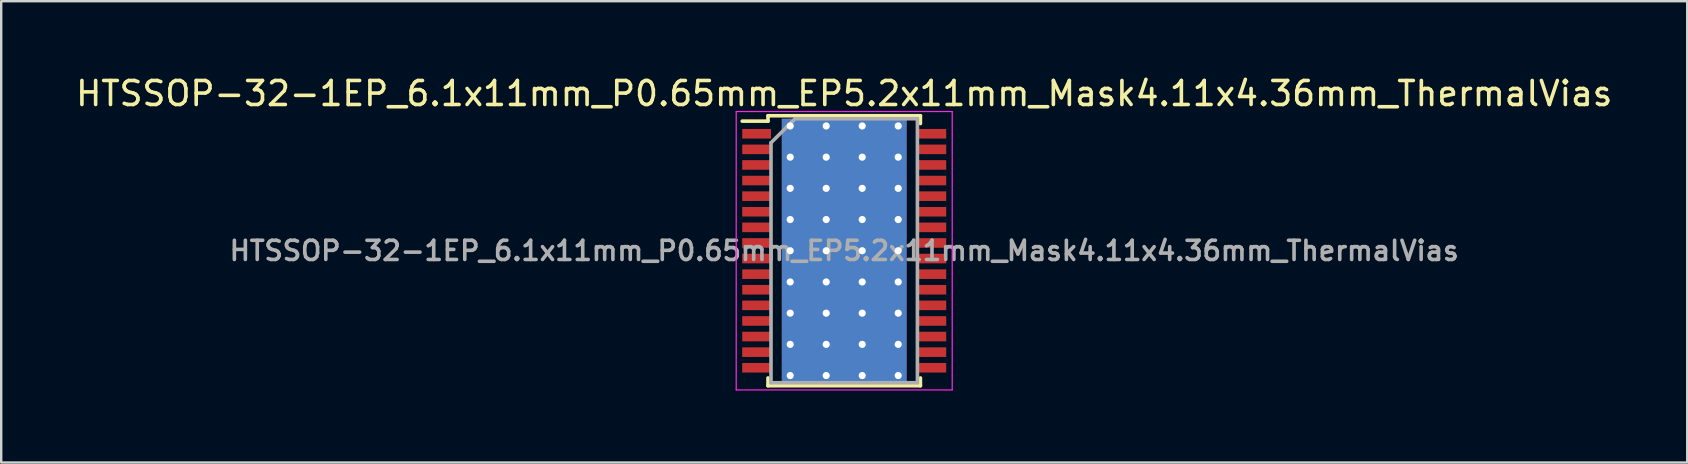
<source format=kicad_pcb>
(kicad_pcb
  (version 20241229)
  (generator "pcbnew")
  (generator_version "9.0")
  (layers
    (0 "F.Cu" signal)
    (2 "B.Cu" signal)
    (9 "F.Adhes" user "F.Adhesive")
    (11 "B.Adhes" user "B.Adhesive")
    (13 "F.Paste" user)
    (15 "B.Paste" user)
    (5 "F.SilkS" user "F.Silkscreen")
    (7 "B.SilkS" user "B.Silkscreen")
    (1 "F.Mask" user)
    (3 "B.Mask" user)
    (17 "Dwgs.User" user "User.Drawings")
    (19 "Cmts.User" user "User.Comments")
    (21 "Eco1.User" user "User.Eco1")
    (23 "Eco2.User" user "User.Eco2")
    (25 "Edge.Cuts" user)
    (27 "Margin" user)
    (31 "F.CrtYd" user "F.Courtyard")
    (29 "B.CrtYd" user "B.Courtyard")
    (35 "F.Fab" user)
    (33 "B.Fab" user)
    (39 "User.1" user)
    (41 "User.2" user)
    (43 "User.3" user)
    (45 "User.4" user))
  (footprint "HTSSOP-32-1EP_6.1x11mm_P0.65mm_EP5.2x11mm_Mask4.11x4.36mm_ThermalVias"
    (layer "F.Cu")
    (at 32.125 7.398)
    (property "Reference" "HTSSOP-32-1EP_6.1x11mm_P0.65mm_EP5.2x11mm_Mask4.11x4.36mm_ThermalVias" (at 0 -6.55 0) (layer "F.SilkS") (effects (font (size 1 1) (thickness 0.15))))
    (attr smd)
    (fp_line (start -4.25 -5.4) (end -3.175 -5.4) (stroke (width 0.15) (type solid)) (layer "F.SilkS"))
    (fp_line (start -3.175 -5.625) (end 3.175 -5.625) (stroke (width 0.15) (type solid)) (layer "F.SilkS"))
    (fp_line (start -3.175 -5.4) (end -3.175 -5.625) (stroke (width 0.15) (type solid)) (layer "F.SilkS"))
    (fp_line (start -3.175 5.3) (end -3.175 5.625) (stroke (width 0.15) (type solid)) (layer "F.SilkS"))
    (fp_line (start -3.175 5.625) (end 3.175 5.625) (stroke (width 0.15) (type solid)) (layer "F.SilkS"))
    (fp_line (start 3.175 -5.625) (end 3.175 -5.3) (stroke (width 0.15) (type solid)) (layer "F.SilkS"))
    (fp_line (start 3.175 5.625) (end 3.175 5.3) (stroke (width 0.15) (type solid)) (layer "F.SilkS"))
    (fp_line (start -4.5 -5.8) (end -4.5 5.8) (stroke (width 0.05) (type solid)) (layer "F.CrtYd"))
    (fp_line (start -4.5 5.8) (end 4.5 5.8) (stroke (width 0.05) (type solid)) (layer "F.CrtYd"))
    (fp_line (start 4.5 -5.8) (end -4.5 -5.8) (stroke (width 0.05) (type solid)) (layer "F.CrtYd"))
    (fp_line (start 4.5 5.8) (end 4.5 -5.8) (stroke (width 0.05) (type solid)) (layer "F.CrtYd"))
    (fp_line (start -3.05 -4.5) (end -2.05 -5.5) (stroke (width 0.15) (type solid)) (layer "F.Fab"))
    (fp_line (start -3.05 5.5) (end -3.05 -4.5) (stroke (width 0.15) (type solid)) (layer "F.Fab"))
    (fp_line (start -2.05 -5.5) (end 3.05 -5.5) (stroke (width 0.15) (type solid)) (layer "F.Fab"))
    (fp_line (start 3.05 -5.5) (end 3.05 5.5) (stroke (width 0.15) (type solid)) (layer "F.Fab"))
    (fp_line (start 3.05 5.5) (end -3.05 5.5) (stroke (width 0.15) (type solid)) (layer "F.Fab"))
    (fp_text user "${REFERENCE}" (at 0 0 0) (layer "F.Fab") (effects (font (size 0.8 0.8) (thickness 0.15))))
    (pad "" smd rect (at -1.365 -1.725) (size 0.93 0.55) (layers "F.Paste"))
    (pad "" smd rect (at -1.365 -0.65) (size 0.93 1) (layers "F.Paste"))
    (pad "" smd rect (at -1.365 0.65) (size 0.93 1) (layers "F.Paste"))
    (pad "" smd rect (at -1.365 1.725) (size 0.93 0.55) (layers "F.Paste"))
    (pad "" smd rect (at 0 -1.725) (size 1.2 0.55) (layers "F.Paste"))
    (pad "" smd rect (at 0 -0.65) (size 1.2 1) (layers "F.Paste"))
    (pad "" smd rect (at 0 0) (size 4.11 4.36) (layers "F.Mask"))
    (pad "" smd rect (at 0 0.65) (size 1.2 1) (layers "F.Paste"))
    (pad "" smd rect (at 0 1.725) (size 1.2 0.55) (layers "F.Paste"))
    (pad "" smd rect (at 1.365 -1.725) (size 0.93 0.55) (layers "F.Paste"))
    (pad "" smd rect (at 1.365 -0.65) (size 0.93 1) (layers "F.Paste"))
    (pad "" smd rect (at 1.365 0.65) (size 0.93 1) (layers "F.Paste"))
    (pad "" smd rect (at 1.365 1.725) (size 0.93 0.55) (layers "F.Paste"))
    (pad "1" smd rect (at -3.65 -4.875) (size 1.2 0.4) (layers "F.Cu" "F.Mask" "F.Paste"))
    (pad "2" smd rect (at -3.65 -4.225) (size 1.2 0.4) (layers "F.Cu" "F.Mask" "F.Paste"))
    (pad "3" smd rect (at -3.65 -3.575) (size 1.2 0.4) (layers "F.Cu" "F.Mask" "F.Paste"))
    (pad "4" smd rect (at -3.65 -2.925) (size 1.2 0.4) (layers "F.Cu" "F.Mask" "F.Paste"))
    (pad "5" smd rect (at -3.65 -2.275) (size 1.2 0.4) (layers "F.Cu" "F.Mask" "F.Paste"))
    (pad "6" smd rect (at -3.65 -1.625) (size 1.2 0.4) (layers "F.Cu" "F.Mask" "F.Paste"))
    (pad "7" smd rect (at -3.65 -0.975) (size 1.2 0.4) (layers "F.Cu" "F.Mask" "F.Paste"))
    (pad "8" smd rect (at -3.65 -0.325) (size 1.2 0.4) (layers "F.Cu" "F.Mask" "F.Paste"))
    (pad "9" smd rect (at -3.65 0.325) (size 1.2 0.4) (layers "F.Cu" "F.Mask" "F.Paste"))
    (pad "10" smd rect (at -3.65 0.975) (size 1.2 0.4) (layers "F.Cu" "F.Mask" "F.Paste"))
    (pad "11" smd rect (at -3.65 1.625) (size 1.2 0.4) (layers "F.Cu" "F.Mask" "F.Paste"))
    (pad "12" smd rect (at -3.65 2.275) (size 1.2 0.4) (layers "F.Cu" "F.Mask" "F.Paste"))
    (pad "13" smd rect (at -3.65 2.925) (size 1.2 0.4) (layers "F.Cu" "F.Mask" "F.Paste"))
    (pad "14" smd rect (at -3.65 3.575) (size 1.2 0.4) (layers "F.Cu" "F.Mask" "F.Paste"))
    (pad "15" smd rect (at -3.65 4.225) (size 1.2 0.4) (layers "F.Cu" "F.Mask" "F.Paste"))
    (pad "16" smd rect (at -3.65 4.875) (size 1.2 0.4) (layers "F.Cu" "F.Mask" "F.Paste"))
    (pad "17" smd rect (at 3.65 4.875) (size 1.2 0.4) (layers "F.Cu" "F.Mask" "F.Paste"))
    (pad "18" smd rect (at 3.65 4.225) (size 1.2 0.4) (layers "F.Cu" "F.Mask" "F.Paste"))
    (pad "19" smd rect (at 3.65 3.575) (size 1.2 0.4) (layers "F.Cu" "F.Mask" "F.Paste"))
    (pad "20" smd rect (at 3.65 2.925) (size 1.2 0.4) (layers "F.Cu" "F.Mask" "F.Paste"))
    (pad "21" smd rect (at 3.65 2.275) (size 1.2 0.4) (layers "F.Cu" "F.Mask" "F.Paste"))
    (pad "22" smd rect (at 3.65 1.625) (size 1.2 0.4) (layers "F.Cu" "F.Mask" "F.Paste"))
    (pad "23" smd rect (at 3.65 0.975) (size 1.2 0.4) (layers "F.Cu" "F.Mask" "F.Paste"))
    (pad "24" smd rect (at 3.65 0.325) (size 1.2 0.4) (layers "F.Cu" "F.Mask" "F.Paste"))
    (pad "25" smd rect (at 3.65 -0.325) (size 1.2 0.4) (layers "F.Cu" "F.Mask" "F.Paste"))
    (pad "26" smd rect (at 3.65 -0.975) (size 1.2 0.4) (layers "F.Cu" "F.Mask" "F.Paste"))
    (pad "27" smd rect (at 3.65 -1.625) (size 1.2 0.4) (layers "F.Cu" "F.Mask" "F.Paste"))
    (pad "28" smd rect (at 3.65 -2.275) (size 1.2 0.4) (layers "F.Cu" "F.Mask" "F.Paste"))
    (pad "29" smd rect (at 3.65 -2.925) (size 1.2 0.4) (layers "F.Cu" "F.Mask" "F.Paste"))
    (pad "30" smd rect (at 3.65 -3.575) (size 1.2 0.4) (layers "F.Cu" "F.Mask" "F.Paste"))
    (pad "31" smd rect (at 3.65 -4.225) (size 1.2 0.4) (layers "F.Cu" "F.Mask" "F.Paste"))
    (pad "32" smd rect (at 3.65 -4.875) (size 1.2 0.4) (layers "F.Cu" "F.Mask" "F.Paste"))
    (pad "33" thru_hole circle (at -2.25 -5.2) (size 0.6 0.6) (drill 0.3) (layers "*.Cu"))
    (pad "33" thru_hole circle (at -2.25 -3.9) (size 0.6 0.6) (drill 0.3) (layers "*.Cu"))
    (pad "33" thru_hole circle (at -2.25 -2.6) (size 0.6 0.6) (drill 0.3) (layers "*.Cu"))
    (pad "33" thru_hole circle (at -2.25 -1.3) (size 0.6 0.6) (drill 0.3) (layers "*.Cu"))
    (pad "33" thru_hole circle (at -2.25 0) (size 0.6 0.6) (drill 0.3) (layers "*.Cu"))
    (pad "33" thru_hole circle (at -2.25 1.3) (size 0.6 0.6) (drill 0.3) (layers "*.Cu"))
    (pad "33" thru_hole circle (at -2.25 2.6) (size 0.6 0.6) (drill 0.3) (layers "*.Cu"))
    (pad "33" thru_hole circle (at -2.25 3.9) (size 0.6 0.6) (drill 0.3) (layers "*.Cu"))
    (pad "33" thru_hole circle (at -2.25 5.2) (size 0.6 0.6) (drill 0.3) (layers "*.Cu"))
    (pad "33" thru_hole circle (at -0.75 -5.2) (size 0.6 0.6) (drill 0.3) (layers "*.Cu"))
    (pad "33" thru_hole circle (at -0.75 -3.9) (size 0.6 0.6) (drill 0.3) (layers "*.Cu"))
    (pad "33" thru_hole circle (at -0.75 -2.6) (size 0.6 0.6) (drill 0.3) (layers "*.Cu"))
    (pad "33" thru_hole circle (at -0.75 -1.3) (size 0.6 0.6) (drill 0.3) (layers "*.Cu"))
    (pad "33" thru_hole circle (at -0.75 0) (size 0.6 0.6) (drill 0.3) (layers "*.Cu"))
    (pad "33" thru_hole circle (at -0.75 1.3) (size 0.6 0.6) (drill 0.3) (layers "*.Cu"))
    (pad "33" thru_hole circle (at -0.75 2.6) (size 0.6 0.6) (drill 0.3) (layers "*.Cu"))
    (pad "33" thru_hole circle (at -0.75 3.9) (size 0.6 0.6) (drill 0.3) (layers "*.Cu"))
    (pad "33" thru_hole circle (at -0.75 5.2) (size 0.6 0.6) (drill 0.3) (layers "*.Cu"))
    (pad "33" smd rect (at 0 0) (size 5.2 11) (layers "F.Cu"))
    (pad "33" smd rect (at 0 0) (size 5.2 11) (layers "B.Cu"))
    (pad "33" thru_hole circle (at 0.75 -5.2) (size 0.6 0.6) (drill 0.3) (layers "*.Cu"))
    (pad "33" thru_hole circle (at 0.75 -3.9) (size 0.6 0.6) (drill 0.3) (layers "*.Cu"))
    (pad "33" thru_hole circle (at 0.75 -2.6) (size 0.6 0.6) (drill 0.3) (layers "*.Cu"))
    (pad "33" thru_hole circle (at 0.75 -1.3) (size 0.6 0.6) (drill 0.3) (layers "*.Cu"))
    (pad "33" thru_hole circle (at 0.75 0) (size 0.6 0.6) (drill 0.3) (layers "*.Cu"))
    (pad "33" thru_hole circle (at 0.75 1.3) (size 0.6 0.6) (drill 0.3) (layers "*.Cu"))
    (pad "33" thru_hole circle (at 0.75 2.6) (size 0.6 0.6) (drill 0.3) (layers "*.Cu"))
    (pad "33" thru_hole circle (at 0.75 3.9) (size 0.6 0.6) (drill 0.3) (layers "*.Cu"))
    (pad "33" thru_hole circle (at 0.75 5.2) (size 0.6 0.6) (drill 0.3) (layers "*.Cu"))
    (pad "33" thru_hole circle (at 2.25 -5.2) (size 0.6 0.6) (drill 0.3) (layers "*.Cu"))
    (pad "33" thru_hole circle (at 2.25 -3.9) (size 0.6 0.6) (drill 0.3) (layers "*.Cu"))
    (pad "33" thru_hole circle (at 2.25 -2.6) (size 0.6 0.6) (drill 0.3) (layers "*.Cu"))
    (pad "33" thru_hole circle (at 2.25 -1.3) (size 0.6 0.6) (drill 0.3) (layers "*.Cu"))
    (pad "33" thru_hole circle (at 2.25 0) (size 0.6 0.6) (drill 0.3) (layers "*.Cu"))
    (pad "33" thru_hole circle (at 2.25 1.3) (size 0.6 0.6) (drill 0.3) (layers "*.Cu"))
    (pad "33" thru_hole circle (at 2.25 2.6) (size 0.6 0.6) (drill 0.3) (layers "*.Cu"))
    (pad "33" thru_hole circle (at 2.25 3.9) (size 0.6 0.6) (drill 0.3) (layers "*.Cu"))
    (pad "33" thru_hole circle (at 2.25 5.2) (size 0.6 0.6) (drill 0.3) (layers "*.Cu")))
  (gr_rect
    (start -3 -3)
    (end 67.25 16.223)
    (stroke (width 0.1) (type default))
    (fill no)
    (layer "Edge.Cuts")))
</source>
